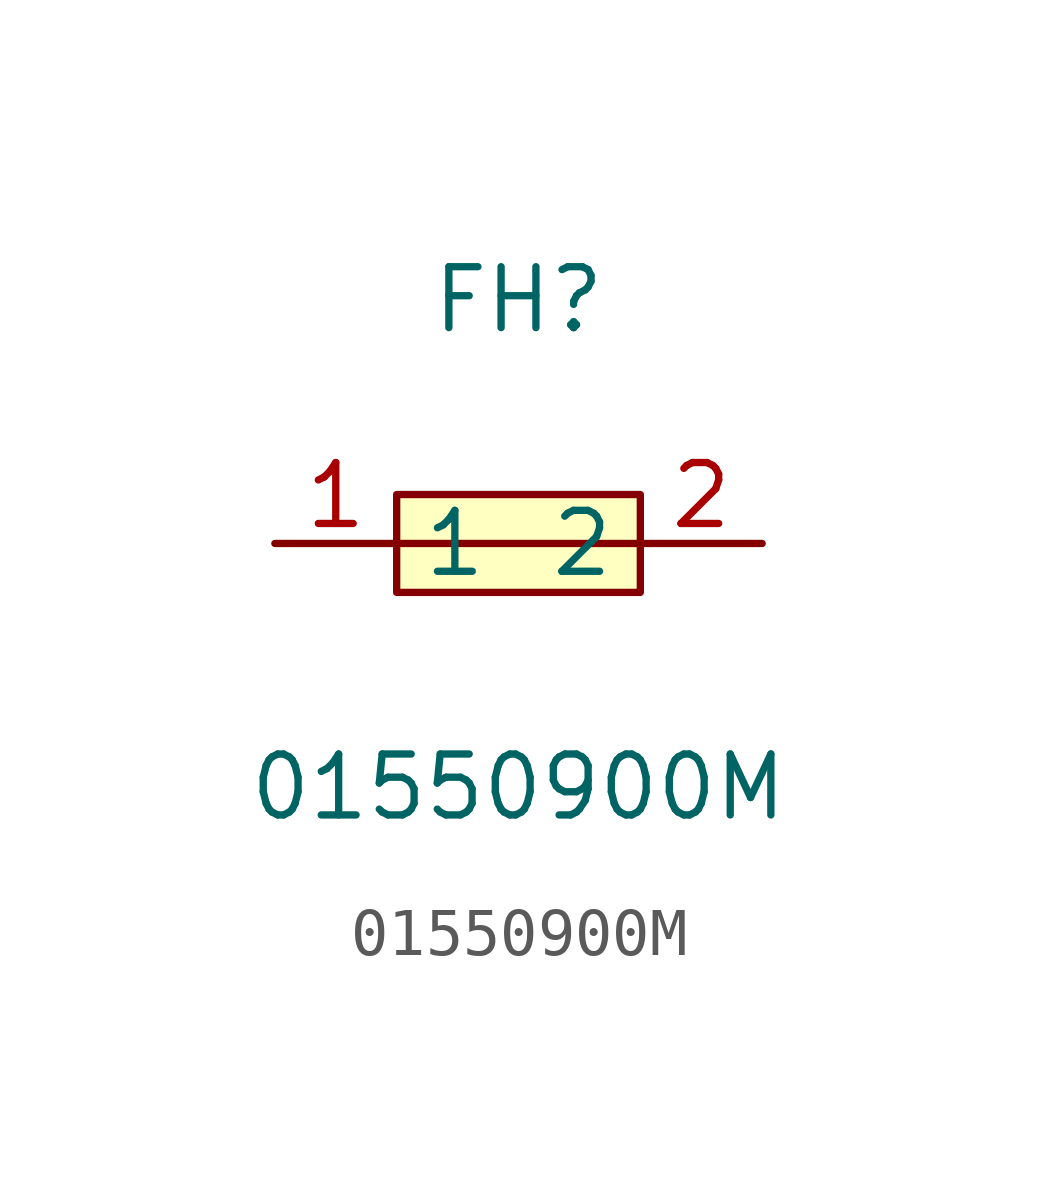
<source format=kicad_sym>
(kicad_symbol_lib
  (version 20211014)
  (generator https://github.com/uPesy/easyeda2kicad.py)
  (symbol "01550900M"
    (property "Reference" "FH"
      (at 0 5.08 0)
      (effects (font (size 1.27 1.27))))
    (property "Value" "01550900M"
      (at 0 -5.08 0)
      (effects (font (size 1.27 1.27))))
    (symbol "01550900M_0_1"
      (rectangle (start -2.54 1.02) (end 2.54 -1.02) (stroke (width 0) (type default) (color 0 0 0 0)) (fill (type background)))
      (polyline (pts (xy -2.54 -0.00) (xy 2.54 -0.00)) (stroke (width 0) (type default) (color 0 0 0 0)) (fill (type none)))
      (pin unspecified line (at 5.08 -0.00 180) (length 2.54) (name "2" (effects (font (size 1.27 1.27)))) (number "2" (effects (font (size 1.27 1.27)))))
      (pin unspecified line (at -5.08 -0.00 0) (length 2.54) (name "1" (effects (font (size 1.27 1.27)))) (number "1" (effects (font (size 1.27 1.27))))))))
</source>
